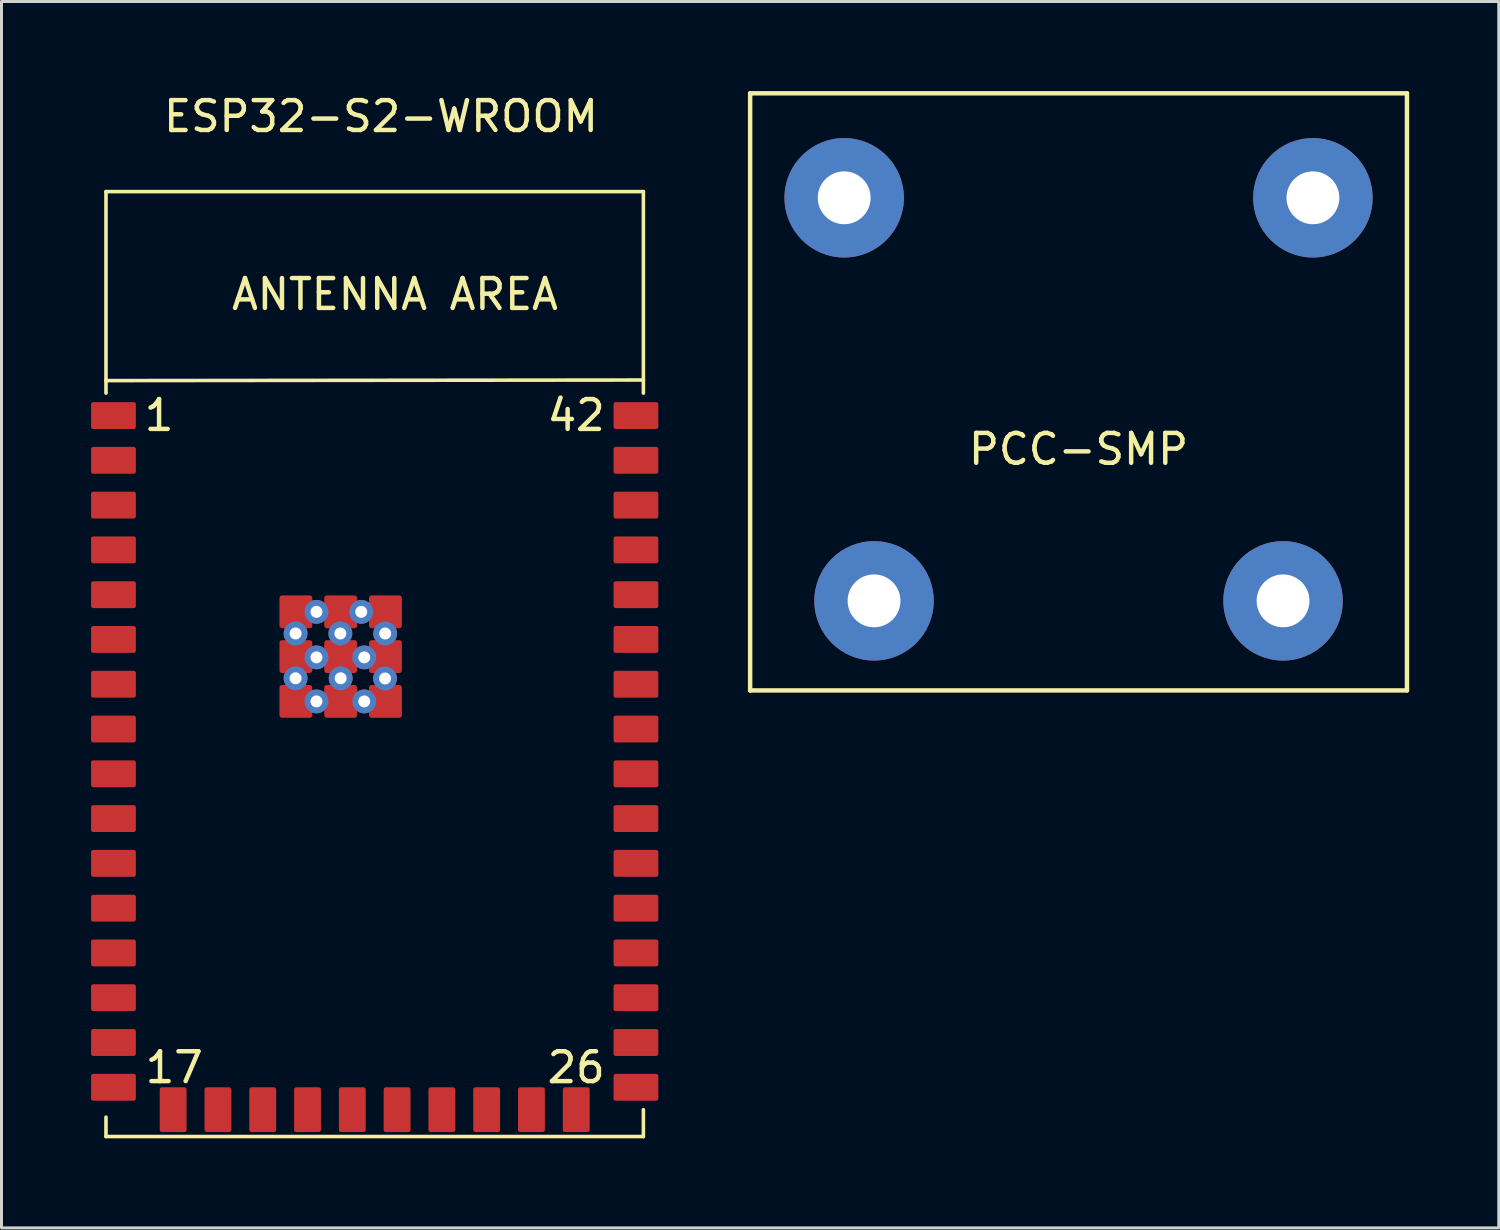
<source format=kicad_pcb>
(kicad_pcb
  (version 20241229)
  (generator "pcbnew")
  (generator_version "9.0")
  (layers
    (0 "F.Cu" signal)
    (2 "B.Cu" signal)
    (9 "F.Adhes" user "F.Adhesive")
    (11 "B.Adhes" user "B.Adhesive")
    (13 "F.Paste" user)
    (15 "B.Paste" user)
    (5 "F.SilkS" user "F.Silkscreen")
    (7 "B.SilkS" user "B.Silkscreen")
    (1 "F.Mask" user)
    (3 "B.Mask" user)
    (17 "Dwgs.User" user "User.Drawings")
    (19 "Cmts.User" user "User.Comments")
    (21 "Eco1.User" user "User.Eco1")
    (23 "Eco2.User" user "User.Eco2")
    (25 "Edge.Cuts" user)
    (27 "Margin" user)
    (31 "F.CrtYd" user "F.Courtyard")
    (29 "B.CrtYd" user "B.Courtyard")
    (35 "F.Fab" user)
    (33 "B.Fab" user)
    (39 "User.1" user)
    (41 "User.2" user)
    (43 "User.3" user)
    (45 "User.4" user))
  (footprint "PCC-SMP"
    (layer "F.Cu")
    (at 33.075 17.075)
    (property "Reference" "PCC-SMP" (at 0 -5.08 0) (layer "F.SilkS") (effects (font (size 1 1) (thickness 0.15))))
    (attr through_hole)
    (fp_line (start -11 -17) (end 11 -17) (stroke (width 0.15) (type solid)) (layer "F.SilkS"))
    (fp_line (start -11 3) (end -11 -17) (stroke (width 0.15) (type solid)) (layer "F.SilkS"))
    (fp_line (start 11 -17) (end 11 3) (stroke (width 0.15) (type solid)) (layer "F.SilkS"))
    (fp_line (start 11 3) (end -11 3) (stroke (width 0.15) (type solid)) (layer "F.SilkS"))
    (pad "1" thru_hole circle (at -6.85 0) (size 4 4) (drill 1.77) (layers "*.Cu" "*.Mask"))
    (pad "2" thru_hole circle (at 6.85 0) (size 4 4) (drill 1.77) (layers "*.Cu" "*.Mask"))
    (pad "3" thru_hole circle (at -7.85 -13.5) (size 4 4) (drill 1.77) (layers "*.Cu" "*.Mask"))
    (pad "3" thru_hole circle (at 7.85 -13.5) (size 4 4) (drill 1.77) (layers "*.Cu" "*.Mask")))
  (footprint "ESP32-S2-WROOM"
    (layer "F.Cu")
    (at 9.55 18.768)
    (property "Reference" "ESP32-S2-WROOM" (at 0.16 -17.92 0) (layer "F.SilkS") (effects (font (size 1 1) (thickness 0.15))))
    (attr through_hole)
    (fp_line (start -9.05 -15.4) (end -9.05 -8.65) (stroke (width 0.12) (type solid)) (layer "F.SilkS"))
    (fp_line (start -9.05 16.25) (end -9.05 15.6) (stroke (width 0.12) (type solid)) (layer "F.SilkS"))
    (fp_line (start -9.05 16.25) (end 8.95 16.25) (stroke (width 0.12) (type solid)) (layer "F.SilkS"))
    (fp_line (start 8.95 -15.4) (end -9.05 -15.4) (stroke (width 0.12) (type solid)) (layer "F.SilkS"))
    (fp_line (start 8.95 -9.09) (end -9.05 -9.07) (stroke (width 0.12) (type solid)) (layer "F.SilkS"))
    (fp_line (start 8.95 -8.65) (end 8.95 -15.4) (stroke (width 0.12) (type solid)) (layer "F.SilkS"))
    (fp_line (start 8.95 15.35) (end 8.95 16.25) (stroke (width 0.12) (type solid)) (layer "F.SilkS"))
    (fp_text user "1" (at -7.272 -7.907 0) (layer "F.SilkS") (effects (font (size 1 1) (thickness 0.15))))
    (fp_text user "ANTENNA AREA" (at 0.63 -11.96 0) (layer "F.SilkS") (effects (font (size 1 1) (thickness 0.15))))
    (fp_text user "42" (at 6.698 -7.907 0) (layer "F.SilkS") (effects (font (size 1 1) (thickness 0.15))))
    (fp_text user "17" (at -6.764 13.937 0) (layer "F.SilkS") (effects (font (size 1 1) (thickness 0.15))))
    (fp_text user "26" (at 6.698 13.937 0) (layer "F.SilkS") (effects (font (size 1 1) (thickness 0.15))))
    (pad "1" smd roundrect (at -8.8 -7.9) (size 1.5 0.9) (layers "F.Cu" "F.Mask" "F.Paste") (roundrect_rratio 0.079))
    (pad "2" smd roundrect (at -8.8 -6.4) (size 1.5 0.9) (layers "F.Cu" "F.Mask" "F.Paste") (roundrect_rratio 0.079))
    (pad "3" smd roundrect (at -8.8 -4.9) (size 1.5 0.9) (layers "F.Cu" "F.Mask" "F.Paste") (roundrect_rratio 0.079))
    (pad "4" smd roundrect (at -8.8 -3.4) (size 1.5 0.9) (layers "F.Cu" "F.Mask" "F.Paste") (roundrect_rratio 0.079))
    (pad "5" smd roundrect (at -8.8 -1.9) (size 1.5 0.9) (layers "F.Cu" "F.Mask" "F.Paste") (roundrect_rratio 0.079))
    (pad "6" smd roundrect (at -8.8 -0.4) (size 1.5 0.9) (layers "F.Cu" "F.Mask" "F.Paste") (roundrect_rratio 0.079))
    (pad "7" smd roundrect (at -8.8 1.1) (size 1.5 0.9) (layers "F.Cu" "F.Mask" "F.Paste") (roundrect_rratio 0.079))
    (pad "8" smd roundrect (at -8.8 2.6) (size 1.5 0.9) (layers "F.Cu" "F.Mask" "F.Paste") (roundrect_rratio 0.079))
    (pad "9" smd roundrect (at -8.8 4.1) (size 1.5 0.9) (layers "F.Cu" "F.Mask" "F.Paste") (roundrect_rratio 0.079))
    (pad "10" smd roundrect (at -8.8 5.6) (size 1.5 0.9) (layers "F.Cu" "F.Mask" "F.Paste") (roundrect_rratio 0.079))
    (pad "11" smd roundrect (at -8.8 7.1) (size 1.5 0.9) (layers "F.Cu" "F.Mask" "F.Paste") (roundrect_rratio 0.079))
    (pad "12" smd roundrect (at -8.8 8.6) (size 1.5 0.9) (layers "F.Cu" "F.Mask" "F.Paste") (roundrect_rratio 0.079))
    (pad "13" smd roundrect (at -8.8 10.1) (size 1.5 0.9) (layers "F.Cu" "F.Mask" "F.Paste") (roundrect_rratio 0.079))
    (pad "14" smd roundrect (at -8.8 11.6) (size 1.5 0.9) (layers "F.Cu" "F.Mask" "F.Paste") (roundrect_rratio 0.079))
    (pad "15" smd roundrect (at -8.8 13.1) (size 1.5 0.9) (layers "F.Cu" "F.Mask" "F.Paste") (roundrect_rratio 0.079))
    (pad "16" smd roundrect (at -8.8 14.6) (size 1.5 0.9) (layers "F.Cu" "F.Mask" "F.Paste") (roundrect_rratio 0.079))
    (pad "17" smd roundrect (at -6.8 15.35 90) (size 1.5 0.9) (layers "F.Cu" "F.Mask" "F.Paste") (roundrect_rratio 0.079))
    (pad "18" smd roundrect (at -5.3 15.35 90) (size 1.5 0.9) (layers "F.Cu" "F.Mask" "F.Paste") (roundrect_rratio 0.079))
    (pad "19" smd roundrect (at -3.8 15.35 90) (size 1.5 0.9) (layers "F.Cu" "F.Mask" "F.Paste") (roundrect_rratio 0.079))
    (pad "20" smd roundrect (at -2.3 15.35 90) (size 1.5 0.9) (layers "F.Cu" "F.Mask" "F.Paste") (roundrect_rratio 0.079))
    (pad "21" smd roundrect (at -0.8 15.35 90) (size 1.5 0.9) (layers "F.Cu" "F.Mask" "F.Paste") (roundrect_rratio 0.079))
    (pad "22" smd roundrect (at 0.7 15.35 90) (size 1.5 0.9) (layers "F.Cu" "F.Mask" "F.Paste") (roundrect_rratio 0.079))
    (pad "23" smd roundrect (at 2.2 15.35 90) (size 1.5 0.9) (layers "F.Cu" "F.Mask" "F.Paste") (roundrect_rratio 0.079))
    (pad "24" smd roundrect (at 3.7 15.35 90) (size 1.5 0.9) (layers "F.Cu" "F.Mask" "F.Paste") (roundrect_rratio 0.079))
    (pad "25" smd roundrect (at 5.2 15.35 90) (size 1.5 0.9) (layers "F.Cu" "F.Mask" "F.Paste") (roundrect_rratio 0.079))
    (pad "26" smd roundrect (at 6.7 15.35 90) (size 1.5 0.9) (layers "F.Cu" "F.Mask" "F.Paste") (roundrect_rratio 0.079))
    (pad "27" smd roundrect (at 8.7 14.6 180) (size 1.5 0.9) (layers "F.Cu" "F.Mask" "F.Paste") (roundrect_rratio 0.079))
    (pad "28" smd roundrect (at 8.7 13.1 180) (size 1.5 0.9) (layers "F.Cu" "F.Mask" "F.Paste") (roundrect_rratio 0.079))
    (pad "29" smd roundrect (at 8.7 11.6 180) (size 1.5 0.9) (layers "F.Cu" "F.Mask" "F.Paste") (roundrect_rratio 0.079))
    (pad "30" smd roundrect (at 8.7 10.1 180) (size 1.5 0.9) (layers "F.Cu" "F.Mask" "F.Paste") (roundrect_rratio 0.079))
    (pad "31" smd roundrect (at 8.7 8.6 180) (size 1.5 0.9) (layers "F.Cu" "F.Mask" "F.Paste") (roundrect_rratio 0.079))
    (pad "32" smd roundrect (at 8.7 7.1 180) (size 1.5 0.9) (layers "F.Cu" "F.Mask" "F.Paste") (roundrect_rratio 0.079))
    (pad "33" smd roundrect (at 8.7 5.6 180) (size 1.5 0.9) (layers "F.Cu" "F.Mask" "F.Paste") (roundrect_rratio 0.079))
    (pad "34" smd roundrect (at 8.7 4.1 180) (size 1.5 0.9) (layers "F.Cu" "F.Mask" "F.Paste") (roundrect_rratio 0.079))
    (pad "35" smd roundrect (at 8.7 2.6 180) (size 1.5 0.9) (layers "F.Cu" "F.Mask" "F.Paste") (roundrect_rratio 0.079))
    (pad "36" smd roundrect (at 8.7 1.1 180) (size 1.5 0.9) (layers "F.Cu" "F.Mask" "F.Paste") (roundrect_rratio 0.079))
    (pad "37" smd roundrect (at 8.7 -0.4 180) (size 1.5 0.9) (layers "F.Cu" "F.Mask" "F.Paste") (roundrect_rratio 0.079))
    (pad "38" smd roundrect (at 8.7 -1.9 180) (size 1.5 0.9) (layers "F.Cu" "F.Mask" "F.Paste") (roundrect_rratio 0.079))
    (pad "39" smd roundrect (at 8.7 -3.4 180) (size 1.5 0.9) (layers "F.Cu" "F.Mask" "F.Paste") (roundrect_rratio 0.079))
    (pad "40" smd roundrect (at 8.7 -4.9 180) (size 1.5 0.9) (layers "F.Cu" "F.Mask" "F.Paste") (roundrect_rratio 0.079))
    (pad "41" smd roundrect (at 8.7 -6.4 180) (size 1.5 0.9) (layers "F.Cu" "F.Mask" "F.Paste") (roundrect_rratio 0.079))
    (pad "42" smd roundrect (at 8.7 -7.9 180) (size 1.5 0.9) (layers "F.Cu" "F.Mask" "F.Paste") (roundrect_rratio 0.079))
    (pad "43" thru_hole circle (at -2.7 -0.6 180) (size 0.8 0.8) (drill 0.4) (layers "*.Cu" "*.Mask"))
    (pad "43" thru_hole circle (at -2.7 0.9 180) (size 0.8 0.8) (drill 0.4) (layers "*.Cu" "*.Mask"))
    (pad "43" smd roundrect (at -2.69 -1.325 180) (size 1.1 1.1) (layers "F.Cu" "F.Mask" "F.Paste") (roundrect_rratio 0.079))
    (pad "43" smd roundrect (at -2.69 0.175 180) (size 1.1 1.1) (layers "F.Cu" "F.Mask" "F.Paste") (roundrect_rratio 0.079))
    (pad "43" smd roundrect (at -2.69 1.675 180) (size 1.1 1.1) (layers "F.Cu" "F.Mask" "F.Paste") (roundrect_rratio 0.079))
    (pad "43" thru_hole circle (at -2 -1.325 180) (size 0.8 0.8) (drill 0.4) (layers "*.Cu" "*.Mask"))
    (pad "43" thru_hole circle (at -2 0.2 180) (size 0.8 0.8) (drill 0.4) (layers "*.Cu" "*.Mask"))
    (pad "43" thru_hole circle (at -2 1.675 180) (size 0.8 0.8) (drill 0.4) (layers "*.Cu" "*.Mask"))
    (pad "43" thru_hole circle (at -1.2 -0.6 180) (size 0.8 0.8) (drill 0.4) (layers "*.Cu" "*.Mask"))
    (pad "43" smd roundrect (at -1.19 -1.325 180) (size 1.1 1.1) (layers "F.Cu" "F.Mask" "F.Paste") (roundrect_rratio 0.079))
    (pad "43" smd roundrect (at -1.19 0.175 180) (size 1.1 1.1) (layers "F.Cu" "F.Mask" "F.Paste") (roundrect_rratio 0.079))
    (pad "43" thru_hole circle (at -1.19 0.9 180) (size 0.8 0.8) (drill 0.4) (layers "*.Cu" "*.Mask"))
    (pad "43" smd roundrect (at -1.19 1.675 180) (size 1.1 1.1) (layers "F.Cu" "F.Mask" "F.Paste") (roundrect_rratio 0.079))
    (pad "43" thru_hole circle (at -0.5 -1.325 180) (size 0.8 0.8) (drill 0.4) (layers "*.Cu" "*.Mask"))
    (pad "43" thru_hole circle (at -0.4 0.2 180) (size 0.8 0.8) (drill 0.4) (layers "*.Cu" "*.Mask"))
    (pad "43" thru_hole circle (at -0.4 1.675 180) (size 0.8 0.8) (drill 0.4) (layers "*.Cu" "*.Mask"))
    (pad "43" thru_hole circle (at 0.297 0.907 180) (size 0.8 0.8) (drill 0.4) (layers "*.Cu" "*.Mask"))
    (pad "43" thru_hole circle (at 0.3 -0.6 180) (size 0.8 0.8) (drill 0.4) (layers "*.Cu" "*.Mask"))
    (pad "43" smd roundrect (at 0.31 -1.325 180) (size 1.1 1.1) (layers "F.Cu" "F.Mask" "F.Paste") (roundrect_rratio 0.079))
    (pad "43" smd roundrect (at 0.31 0.175 180) (size 1.1 1.1) (layers "F.Cu" "F.Mask" "F.Paste") (roundrect_rratio 0.079))
    (pad "43" smd roundrect (at 0.31 1.675 180) (size 1.1 1.1) (layers "F.Cu" "F.Mask" "F.Paste") (roundrect_rratio 0.079)))
  (gr_rect
    (start -3 -3)
    (end 47.15 38.078)
    (stroke (width 0.1) (type default))
    (fill no)
    (layer "Edge.Cuts")))
</source>
